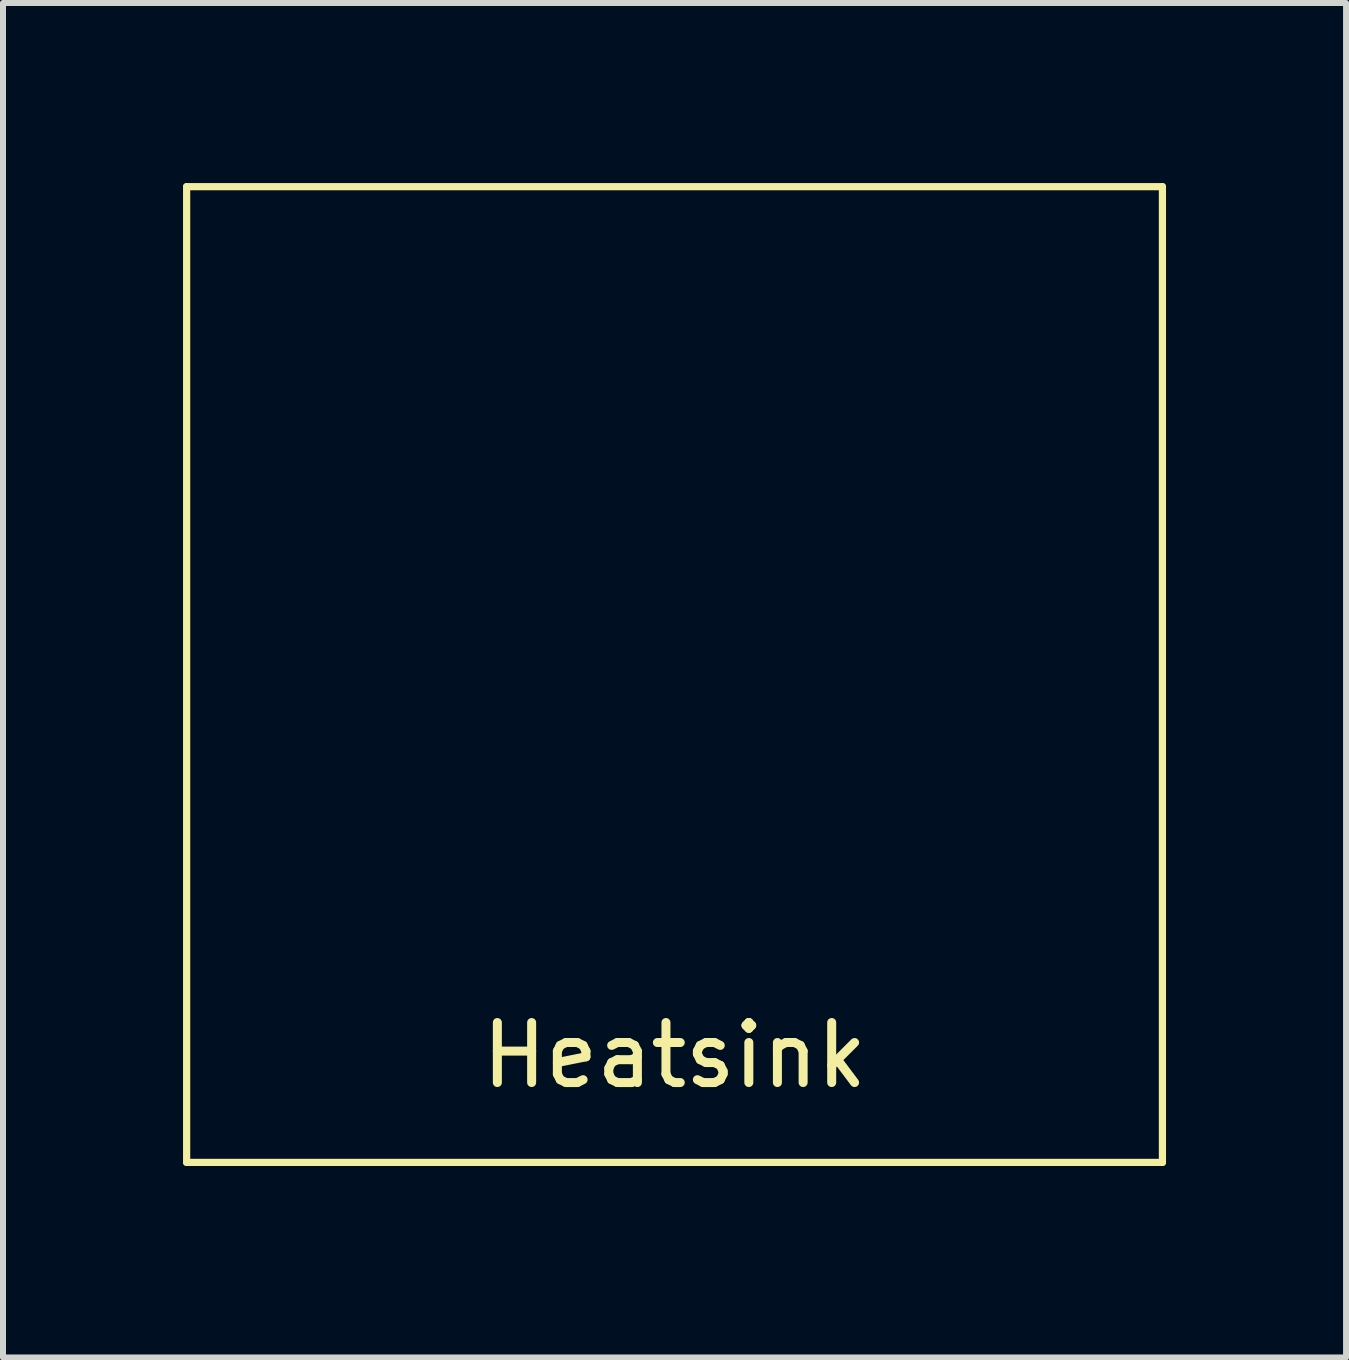
<source format=kicad_pcb>
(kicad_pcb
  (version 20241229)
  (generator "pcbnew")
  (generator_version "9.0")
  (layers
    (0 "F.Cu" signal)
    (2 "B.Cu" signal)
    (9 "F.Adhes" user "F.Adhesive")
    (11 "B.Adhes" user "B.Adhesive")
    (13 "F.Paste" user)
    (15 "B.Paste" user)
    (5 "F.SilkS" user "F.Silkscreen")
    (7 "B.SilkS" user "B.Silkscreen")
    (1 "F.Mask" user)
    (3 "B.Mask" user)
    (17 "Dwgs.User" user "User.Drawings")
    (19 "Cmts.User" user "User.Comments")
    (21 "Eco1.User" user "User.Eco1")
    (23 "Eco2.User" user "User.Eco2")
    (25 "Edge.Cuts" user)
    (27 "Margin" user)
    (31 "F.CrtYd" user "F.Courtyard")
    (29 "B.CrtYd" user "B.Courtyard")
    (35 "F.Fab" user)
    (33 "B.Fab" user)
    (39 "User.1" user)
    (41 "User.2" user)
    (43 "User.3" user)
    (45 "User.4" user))
  (footprint "Heatsink"
    (layer "F.Cu")
    (at 8.19 16.32)
    (property "Reference" "Heatsink" (at 0 -1.786 0) (layer "F.SilkS") (effects (font (size 1 1) (thickness 0.15))))
    (attr through_hole)
    (fp_line (start -8.13 -16.26) (end 8.13 -16.26) (stroke (width 0.12) (type solid)) (layer "F.SilkS"))
    (fp_line (start -8.13 0) (end -8.13 -16.26) (stroke (width 0.12) (type solid)) (layer "F.SilkS"))
    (fp_line (start -8.13 0) (end 8.13 0) (stroke (width 0.12) (type solid)) (layer "F.SilkS"))
    (fp_line (start 8.13 0) (end 8.13 -16.26) (stroke (width 0.12) (type solid)) (layer "F.SilkS")))
  (gr_rect
    (start -3 -3)
    (end 19.38 19.57)
    (stroke (width 0.1) (type default))
    (fill no)
    (layer "Edge.Cuts")))
</source>
